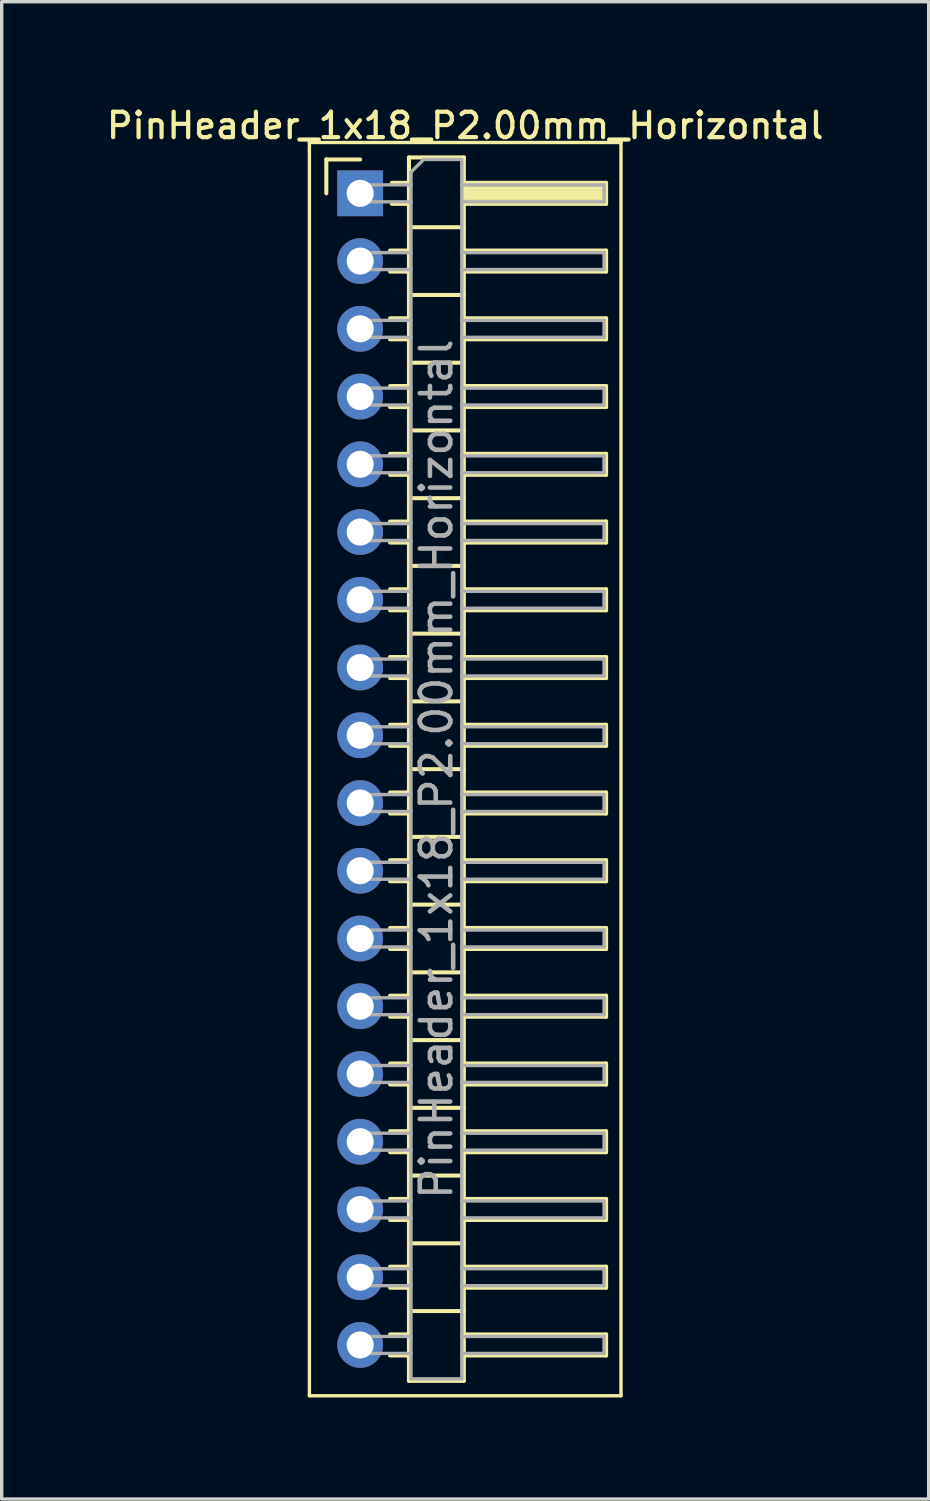
<source format=kicad_pcb>
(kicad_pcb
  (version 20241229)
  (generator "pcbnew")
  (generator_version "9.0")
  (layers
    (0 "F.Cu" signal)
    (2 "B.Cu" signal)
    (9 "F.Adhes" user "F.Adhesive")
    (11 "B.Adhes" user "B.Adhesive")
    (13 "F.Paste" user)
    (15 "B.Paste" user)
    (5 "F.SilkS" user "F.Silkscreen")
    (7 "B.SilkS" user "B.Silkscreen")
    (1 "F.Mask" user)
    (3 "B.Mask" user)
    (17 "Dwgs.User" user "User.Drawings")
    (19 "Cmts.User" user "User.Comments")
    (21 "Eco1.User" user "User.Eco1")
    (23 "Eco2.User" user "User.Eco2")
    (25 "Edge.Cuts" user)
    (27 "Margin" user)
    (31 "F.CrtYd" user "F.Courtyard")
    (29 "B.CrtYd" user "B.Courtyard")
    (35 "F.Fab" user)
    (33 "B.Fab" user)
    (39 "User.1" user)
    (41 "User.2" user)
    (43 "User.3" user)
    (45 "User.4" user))
  (footprint "PinHeader_1x18_P2.00mm_Horizontal"
    (layer "F.Cu")
    (at 7.584 2.658)
    (property "Reference" "PinHeader_1x18_P2.00mm_Horizontal" (at 3.1 -2 0) (layer "F.SilkS") (effects (font (size 0.75 0.75) (thickness 0.125))))
    (attr through_hole)
    (fp_line (start -1.5 -1.5) (end -1.5 35.5) (stroke (width 0.1) (type solid)) (layer "F.SilkS"))
    (fp_line (start -1.5 35.5) (end 7.7 35.5) (stroke (width 0.1) (type solid)) (layer "F.SilkS"))
    (fp_line (start -1 -1) (end 0 -1) (stroke (width 0.12) (type solid)) (layer "F.SilkS"))
    (fp_line (start -1 0) (end -1 -1) (stroke (width 0.12) (type solid)) (layer "F.SilkS"))
    (fp_line (start 0.882 1.69) (end 1.44 1.69) (stroke (width 0.12) (type solid)) (layer "F.SilkS"))
    (fp_line (start 0.882 2.31) (end 1.44 2.31) (stroke (width 0.12) (type solid)) (layer "F.SilkS"))
    (fp_line (start 0.882 3.69) (end 1.44 3.69) (stroke (width 0.12) (type solid)) (layer "F.SilkS"))
    (fp_line (start 0.882 4.31) (end 1.44 4.31) (stroke (width 0.12) (type solid)) (layer "F.SilkS"))
    (fp_line (start 0.882 5.69) (end 1.44 5.69) (stroke (width 0.12) (type solid)) (layer "F.SilkS"))
    (fp_line (start 0.882 6.31) (end 1.44 6.31) (stroke (width 0.12) (type solid)) (layer "F.SilkS"))
    (fp_line (start 0.882 7.69) (end 1.44 7.69) (stroke (width 0.12) (type solid)) (layer "F.SilkS"))
    (fp_line (start 0.882 8.31) (end 1.44 8.31) (stroke (width 0.12) (type solid)) (layer "F.SilkS"))
    (fp_line (start 0.882 9.69) (end 1.44 9.69) (stroke (width 0.12) (type solid)) (layer "F.SilkS"))
    (fp_line (start 0.882 10.31) (end 1.44 10.31) (stroke (width 0.12) (type solid)) (layer "F.SilkS"))
    (fp_line (start 0.882 11.69) (end 1.44 11.69) (stroke (width 0.12) (type solid)) (layer "F.SilkS"))
    (fp_line (start 0.882 12.31) (end 1.44 12.31) (stroke (width 0.12) (type solid)) (layer "F.SilkS"))
    (fp_line (start 0.882 13.69) (end 1.44 13.69) (stroke (width 0.12) (type solid)) (layer "F.SilkS"))
    (fp_line (start 0.882 14.31) (end 1.44 14.31) (stroke (width 0.12) (type solid)) (layer "F.SilkS"))
    (fp_line (start 0.882 15.69) (end 1.44 15.69) (stroke (width 0.12) (type solid)) (layer "F.SilkS"))
    (fp_line (start 0.882 16.31) (end 1.44 16.31) (stroke (width 0.12) (type solid)) (layer "F.SilkS"))
    (fp_line (start 0.882 17.69) (end 1.44 17.69) (stroke (width 0.12) (type solid)) (layer "F.SilkS"))
    (fp_line (start 0.882 18.31) (end 1.44 18.31) (stroke (width 0.12) (type solid)) (layer "F.SilkS"))
    (fp_line (start 0.882 19.69) (end 1.44 19.69) (stroke (width 0.12) (type solid)) (layer "F.SilkS"))
    (fp_line (start 0.882 20.31) (end 1.44 20.31) (stroke (width 0.12) (type solid)) (layer "F.SilkS"))
    (fp_line (start 0.882 21.69) (end 1.44 21.69) (stroke (width 0.12) (type solid)) (layer "F.SilkS"))
    (fp_line (start 0.882 22.31) (end 1.44 22.31) (stroke (width 0.12) (type solid)) (layer "F.SilkS"))
    (fp_line (start 0.882 23.69) (end 1.44 23.69) (stroke (width 0.12) (type solid)) (layer "F.SilkS"))
    (fp_line (start 0.882 24.31) (end 1.44 24.31) (stroke (width 0.12) (type solid)) (layer "F.SilkS"))
    (fp_line (start 0.882 25.69) (end 1.44 25.69) (stroke (width 0.12) (type solid)) (layer "F.SilkS"))
    (fp_line (start 0.882 26.31) (end 1.44 26.31) (stroke (width 0.12) (type solid)) (layer "F.SilkS"))
    (fp_line (start 0.882 27.69) (end 1.44 27.69) (stroke (width 0.12) (type solid)) (layer "F.SilkS"))
    (fp_line (start 0.882 28.31) (end 1.44 28.31) (stroke (width 0.12) (type solid)) (layer "F.SilkS"))
    (fp_line (start 0.882 29.69) (end 1.44 29.69) (stroke (width 0.12) (type solid)) (layer "F.SilkS"))
    (fp_line (start 0.882 30.31) (end 1.44 30.31) (stroke (width 0.12) (type solid)) (layer "F.SilkS"))
    (fp_line (start 0.882 31.69) (end 1.44 31.69) (stroke (width 0.12) (type solid)) (layer "F.SilkS"))
    (fp_line (start 0.882 32.31) (end 1.44 32.31) (stroke (width 0.12) (type solid)) (layer "F.SilkS"))
    (fp_line (start 0.882 33.69) (end 1.44 33.69) (stroke (width 0.12) (type solid)) (layer "F.SilkS"))
    (fp_line (start 0.882 34.31) (end 1.44 34.31) (stroke (width 0.12) (type solid)) (layer "F.SilkS"))
    (fp_line (start 0.935 -0.31) (end 1.44 -0.31) (stroke (width 0.12) (type solid)) (layer "F.SilkS"))
    (fp_line (start 0.935 0.31) (end 1.44 0.31) (stroke (width 0.12) (type solid)) (layer "F.SilkS"))
    (fp_line (start 1.44 -1.06) (end 1.44 35.06) (stroke (width 0.12) (type solid)) (layer "F.SilkS"))
    (fp_line (start 1.44 1) (end 3.06 1) (stroke (width 0.12) (type solid)) (layer "F.SilkS"))
    (fp_line (start 1.44 3) (end 3.06 3) (stroke (width 0.12) (type solid)) (layer "F.SilkS"))
    (fp_line (start 1.44 5) (end 3.06 5) (stroke (width 0.12) (type solid)) (layer "F.SilkS"))
    (fp_line (start 1.44 7) (end 3.06 7) (stroke (width 0.12) (type solid)) (layer "F.SilkS"))
    (fp_line (start 1.44 9) (end 3.06 9) (stroke (width 0.12) (type solid)) (layer "F.SilkS"))
    (fp_line (start 1.44 11) (end 3.06 11) (stroke (width 0.12) (type solid)) (layer "F.SilkS"))
    (fp_line (start 1.44 13) (end 3.06 13) (stroke (width 0.12) (type solid)) (layer "F.SilkS"))
    (fp_line (start 1.44 15) (end 3.06 15) (stroke (width 0.12) (type solid)) (layer "F.SilkS"))
    (fp_line (start 1.44 17) (end 3.06 17) (stroke (width 0.12) (type solid)) (layer "F.SilkS"))
    (fp_line (start 1.44 19) (end 3.06 19) (stroke (width 0.12) (type solid)) (layer "F.SilkS"))
    (fp_line (start 1.44 21) (end 3.06 21) (stroke (width 0.12) (type solid)) (layer "F.SilkS"))
    (fp_line (start 1.44 23) (end 3.06 23) (stroke (width 0.12) (type solid)) (layer "F.SilkS"))
    (fp_line (start 1.44 25) (end 3.06 25) (stroke (width 0.12) (type solid)) (layer "F.SilkS"))
    (fp_line (start 1.44 27) (end 3.06 27) (stroke (width 0.12) (type solid)) (layer "F.SilkS"))
    (fp_line (start 1.44 29) (end 3.06 29) (stroke (width 0.12) (type solid)) (layer "F.SilkS"))
    (fp_line (start 1.44 31) (end 3.06 31) (stroke (width 0.12) (type solid)) (layer "F.SilkS"))
    (fp_line (start 1.44 33) (end 3.06 33) (stroke (width 0.12) (type solid)) (layer "F.SilkS"))
    (fp_line (start 1.44 35.06) (end 3.06 35.06) (stroke (width 0.12) (type solid)) (layer "F.SilkS"))
    (fp_line (start 3.06 -1.06) (end 1.44 -1.06) (stroke (width 0.12) (type solid)) (layer "F.SilkS"))
    (fp_line (start 3.06 -0.31) (end 7.26 -0.31) (stroke (width 0.12) (type solid)) (layer "F.SilkS"))
    (fp_line (start 3.06 -0.25) (end 7.26 -0.25) (stroke (width 0.12) (type solid)) (layer "F.SilkS"))
    (fp_line (start 3.06 -0.13) (end 7.26 -0.13) (stroke (width 0.12) (type solid)) (layer "F.SilkS"))
    (fp_line (start 3.06 -0.01) (end 7.26 -0.01) (stroke (width 0.12) (type solid)) (layer "F.SilkS"))
    (fp_line (start 3.06 0.11) (end 7.26 0.11) (stroke (width 0.12) (type solid)) (layer "F.SilkS"))
    (fp_line (start 3.06 0.23) (end 7.26 0.23) (stroke (width 0.12) (type solid)) (layer "F.SilkS"))
    (fp_line (start 3.06 1.69) (end 7.26 1.69) (stroke (width 0.12) (type solid)) (layer "F.SilkS"))
    (fp_line (start 3.06 3.69) (end 7.26 3.69) (stroke (width 0.12) (type solid)) (layer "F.SilkS"))
    (fp_line (start 3.06 5.69) (end 7.26 5.69) (stroke (width 0.12) (type solid)) (layer "F.SilkS"))
    (fp_line (start 3.06 7.69) (end 7.26 7.69) (stroke (width 0.12) (type solid)) (layer "F.SilkS"))
    (fp_line (start 3.06 9.69) (end 7.26 9.69) (stroke (width 0.12) (type solid)) (layer "F.SilkS"))
    (fp_line (start 3.06 11.69) (end 7.26 11.69) (stroke (width 0.12) (type solid)) (layer "F.SilkS"))
    (fp_line (start 3.06 13.69) (end 7.26 13.69) (stroke (width 0.12) (type solid)) (layer "F.SilkS"))
    (fp_line (start 3.06 15.69) (end 7.26 15.69) (stroke (width 0.12) (type solid)) (layer "F.SilkS"))
    (fp_line (start 3.06 17.69) (end 7.26 17.69) (stroke (width 0.12) (type solid)) (layer "F.SilkS"))
    (fp_line (start 3.06 19.69) (end 7.26 19.69) (stroke (width 0.12) (type solid)) (layer "F.SilkS"))
    (fp_line (start 3.06 21.69) (end 7.26 21.69) (stroke (width 0.12) (type solid)) (layer "F.SilkS"))
    (fp_line (start 3.06 23.69) (end 7.26 23.69) (stroke (width 0.12) (type solid)) (layer "F.SilkS"))
    (fp_line (start 3.06 25.69) (end 7.26 25.69) (stroke (width 0.12) (type solid)) (layer "F.SilkS"))
    (fp_line (start 3.06 27.69) (end 7.26 27.69) (stroke (width 0.12) (type solid)) (layer "F.SilkS"))
    (fp_line (start 3.06 29.69) (end 7.26 29.69) (stroke (width 0.12) (type solid)) (layer "F.SilkS"))
    (fp_line (start 3.06 31.69) (end 7.26 31.69) (stroke (width 0.12) (type solid)) (layer "F.SilkS"))
    (fp_line (start 3.06 33.69) (end 7.26 33.69) (stroke (width 0.12) (type solid)) (layer "F.SilkS"))
    (fp_line (start 3.06 35.06) (end 3.06 -1.06) (stroke (width 0.12) (type solid)) (layer "F.SilkS"))
    (fp_line (start 7.26 -0.31) (end 7.26 0.31) (stroke (width 0.12) (type solid)) (layer "F.SilkS"))
    (fp_line (start 7.26 0.31) (end 3.06 0.31) (stroke (width 0.12) (type solid)) (layer "F.SilkS"))
    (fp_line (start 7.26 1.69) (end 7.26 2.31) (stroke (width 0.12) (type solid)) (layer "F.SilkS"))
    (fp_line (start 7.26 2.31) (end 3.06 2.31) (stroke (width 0.12) (type solid)) (layer "F.SilkS"))
    (fp_line (start 7.26 3.69) (end 7.26 4.31) (stroke (width 0.12) (type solid)) (layer "F.SilkS"))
    (fp_line (start 7.26 4.31) (end 3.06 4.31) (stroke (width 0.12) (type solid)) (layer "F.SilkS"))
    (fp_line (start 7.26 5.69) (end 7.26 6.31) (stroke (width 0.12) (type solid)) (layer "F.SilkS"))
    (fp_line (start 7.26 6.31) (end 3.06 6.31) (stroke (width 0.12) (type solid)) (layer "F.SilkS"))
    (fp_line (start 7.26 7.69) (end 7.26 8.31) (stroke (width 0.12) (type solid)) (layer "F.SilkS"))
    (fp_line (start 7.26 8.31) (end 3.06 8.31) (stroke (width 0.12) (type solid)) (layer "F.SilkS"))
    (fp_line (start 7.26 9.69) (end 7.26 10.31) (stroke (width 0.12) (type solid)) (layer "F.SilkS"))
    (fp_line (start 7.26 10.31) (end 3.06 10.31) (stroke (width 0.12) (type solid)) (layer "F.SilkS"))
    (fp_line (start 7.26 11.69) (end 7.26 12.31) (stroke (width 0.12) (type solid)) (layer "F.SilkS"))
    (fp_line (start 7.26 12.31) (end 3.06 12.31) (stroke (width 0.12) (type solid)) (layer "F.SilkS"))
    (fp_line (start 7.26 13.69) (end 7.26 14.31) (stroke (width 0.12) (type solid)) (layer "F.SilkS"))
    (fp_line (start 7.26 14.31) (end 3.06 14.31) (stroke (width 0.12) (type solid)) (layer "F.SilkS"))
    (fp_line (start 7.26 15.69) (end 7.26 16.31) (stroke (width 0.12) (type solid)) (layer "F.SilkS"))
    (fp_line (start 7.26 16.31) (end 3.06 16.31) (stroke (width 0.12) (type solid)) (layer "F.SilkS"))
    (fp_line (start 7.26 17.69) (end 7.26 18.31) (stroke (width 0.12) (type solid)) (layer "F.SilkS"))
    (fp_line (start 7.26 18.31) (end 3.06 18.31) (stroke (width 0.12) (type solid)) (layer "F.SilkS"))
    (fp_line (start 7.26 19.69) (end 7.26 20.31) (stroke (width 0.12) (type solid)) (layer "F.SilkS"))
    (fp_line (start 7.26 20.31) (end 3.06 20.31) (stroke (width 0.12) (type solid)) (layer "F.SilkS"))
    (fp_line (start 7.26 21.69) (end 7.26 22.31) (stroke (width 0.12) (type solid)) (layer "F.SilkS"))
    (fp_line (start 7.26 22.31) (end 3.06 22.31) (stroke (width 0.12) (type solid)) (layer "F.SilkS"))
    (fp_line (start 7.26 23.69) (end 7.26 24.31) (stroke (width 0.12) (type solid)) (layer "F.SilkS"))
    (fp_line (start 7.26 24.31) (end 3.06 24.31) (stroke (width 0.12) (type solid)) (layer "F.SilkS"))
    (fp_line (start 7.26 25.69) (end 7.26 26.31) (stroke (width 0.12) (type solid)) (layer "F.SilkS"))
    (fp_line (start 7.26 26.31) (end 3.06 26.31) (stroke (width 0.12) (type solid)) (layer "F.SilkS"))
    (fp_line (start 7.26 27.69) (end 7.26 28.31) (stroke (width 0.12) (type solid)) (layer "F.SilkS"))
    (fp_line (start 7.26 28.31) (end 3.06 28.31) (stroke (width 0.12) (type solid)) (layer "F.SilkS"))
    (fp_line (start 7.26 29.69) (end 7.26 30.31) (stroke (width 0.12) (type solid)) (layer "F.SilkS"))
    (fp_line (start 7.26 30.31) (end 3.06 30.31) (stroke (width 0.12) (type solid)) (layer "F.SilkS"))
    (fp_line (start 7.26 31.69) (end 7.26 32.31) (stroke (width 0.12) (type solid)) (layer "F.SilkS"))
    (fp_line (start 7.26 32.31) (end 3.06 32.31) (stroke (width 0.12) (type solid)) (layer "F.SilkS"))
    (fp_line (start 7.26 33.69) (end 7.26 34.31) (stroke (width 0.12) (type solid)) (layer "F.SilkS"))
    (fp_line (start 7.26 34.31) (end 3.06 34.31) (stroke (width 0.12) (type solid)) (layer "F.SilkS"))
    (fp_line (start 7.7 -1.5) (end -1.5 -1.5) (stroke (width 0.1) (type solid)) (layer "F.SilkS"))
    (fp_line (start 7.7 35.5) (end 7.7 -1.5) (stroke (width 0.1) (type solid)) (layer "F.SilkS"))
    (fp_line (start -0.25 -0.25) (end -0.25 0.25) (stroke (width 0.1) (type solid)) (layer "F.Fab"))
    (fp_line (start -0.25 -0.25) (end 1.5 -0.25) (stroke (width 0.1) (type solid)) (layer "F.Fab"))
    (fp_line (start -0.25 0.25) (end 1.5 0.25) (stroke (width 0.1) (type solid)) (layer "F.Fab"))
    (fp_line (start -0.25 1.75) (end -0.25 2.25) (stroke (width 0.1) (type solid)) (layer "F.Fab"))
    (fp_line (start -0.25 1.75) (end 1.5 1.75) (stroke (width 0.1) (type solid)) (layer "F.Fab"))
    (fp_line (start -0.25 2.25) (end 1.5 2.25) (stroke (width 0.1) (type solid)) (layer "F.Fab"))
    (fp_line (start -0.25 3.75) (end -0.25 4.25) (stroke (width 0.1) (type solid)) (layer "F.Fab"))
    (fp_line (start -0.25 3.75) (end 1.5 3.75) (stroke (width 0.1) (type solid)) (layer "F.Fab"))
    (fp_line (start -0.25 4.25) (end 1.5 4.25) (stroke (width 0.1) (type solid)) (layer "F.Fab"))
    (fp_line (start -0.25 5.75) (end -0.25 6.25) (stroke (width 0.1) (type solid)) (layer "F.Fab"))
    (fp_line (start -0.25 5.75) (end 1.5 5.75) (stroke (width 0.1) (type solid)) (layer "F.Fab"))
    (fp_line (start -0.25 6.25) (end 1.5 6.25) (stroke (width 0.1) (type solid)) (layer "F.Fab"))
    (fp_line (start -0.25 7.75) (end -0.25 8.25) (stroke (width 0.1) (type solid)) (layer "F.Fab"))
    (fp_line (start -0.25 7.75) (end 1.5 7.75) (stroke (width 0.1) (type solid)) (layer "F.Fab"))
    (fp_line (start -0.25 8.25) (end 1.5 8.25) (stroke (width 0.1) (type solid)) (layer "F.Fab"))
    (fp_line (start -0.25 9.75) (end -0.25 10.25) (stroke (width 0.1) (type solid)) (layer "F.Fab"))
    (fp_line (start -0.25 9.75) (end 1.5 9.75) (stroke (width 0.1) (type solid)) (layer "F.Fab"))
    (fp_line (start -0.25 10.25) (end 1.5 10.25) (stroke (width 0.1) (type solid)) (layer "F.Fab"))
    (fp_line (start -0.25 11.75) (end -0.25 12.25) (stroke (width 0.1) (type solid)) (layer "F.Fab"))
    (fp_line (start -0.25 11.75) (end 1.5 11.75) (stroke (width 0.1) (type solid)) (layer "F.Fab"))
    (fp_line (start -0.25 12.25) (end 1.5 12.25) (stroke (width 0.1) (type solid)) (layer "F.Fab"))
    (fp_line (start -0.25 13.75) (end -0.25 14.25) (stroke (width 0.1) (type solid)) (layer "F.Fab"))
    (fp_line (start -0.25 13.75) (end 1.5 13.75) (stroke (width 0.1) (type solid)) (layer "F.Fab"))
    (fp_line (start -0.25 14.25) (end 1.5 14.25) (stroke (width 0.1) (type solid)) (layer "F.Fab"))
    (fp_line (start -0.25 15.75) (end -0.25 16.25) (stroke (width 0.1) (type solid)) (layer "F.Fab"))
    (fp_line (start -0.25 15.75) (end 1.5 15.75) (stroke (width 0.1) (type solid)) (layer "F.Fab"))
    (fp_line (start -0.25 16.25) (end 1.5 16.25) (stroke (width 0.1) (type solid)) (layer "F.Fab"))
    (fp_line (start -0.25 17.75) (end -0.25 18.25) (stroke (width 0.1) (type solid)) (layer "F.Fab"))
    (fp_line (start -0.25 17.75) (end 1.5 17.75) (stroke (width 0.1) (type solid)) (layer "F.Fab"))
    (fp_line (start -0.25 18.25) (end 1.5 18.25) (stroke (width 0.1) (type solid)) (layer "F.Fab"))
    (fp_line (start -0.25 19.75) (end -0.25 20.25) (stroke (width 0.1) (type solid)) (layer "F.Fab"))
    (fp_line (start -0.25 19.75) (end 1.5 19.75) (stroke (width 0.1) (type solid)) (layer "F.Fab"))
    (fp_line (start -0.25 20.25) (end 1.5 20.25) (stroke (width 0.1) (type solid)) (layer "F.Fab"))
    (fp_line (start -0.25 21.75) (end -0.25 22.25) (stroke (width 0.1) (type solid)) (layer "F.Fab"))
    (fp_line (start -0.25 21.75) (end 1.5 21.75) (stroke (width 0.1) (type solid)) (layer "F.Fab"))
    (fp_line (start -0.25 22.25) (end 1.5 22.25) (stroke (width 0.1) (type solid)) (layer "F.Fab"))
    (fp_line (start -0.25 23.75) (end -0.25 24.25) (stroke (width 0.1) (type solid)) (layer "F.Fab"))
    (fp_line (start -0.25 23.75) (end 1.5 23.75) (stroke (width 0.1) (type solid)) (layer "F.Fab"))
    (fp_line (start -0.25 24.25) (end 1.5 24.25) (stroke (width 0.1) (type solid)) (layer "F.Fab"))
    (fp_line (start -0.25 25.75) (end -0.25 26.25) (stroke (width 0.1) (type solid)) (layer "F.Fab"))
    (fp_line (start -0.25 25.75) (end 1.5 25.75) (stroke (width 0.1) (type solid)) (layer "F.Fab"))
    (fp_line (start -0.25 26.25) (end 1.5 26.25) (stroke (width 0.1) (type solid)) (layer "F.Fab"))
    (fp_line (start -0.25 27.75) (end -0.25 28.25) (stroke (width 0.1) (type solid)) (layer "F.Fab"))
    (fp_line (start -0.25 27.75) (end 1.5 27.75) (stroke (width 0.1) (type solid)) (layer "F.Fab"))
    (fp_line (start -0.25 28.25) (end 1.5 28.25) (stroke (width 0.1) (type solid)) (layer "F.Fab"))
    (fp_line (start -0.25 29.75) (end -0.25 30.25) (stroke (width 0.1) (type solid)) (layer "F.Fab"))
    (fp_line (start -0.25 29.75) (end 1.5 29.75) (stroke (width 0.1) (type solid)) (layer "F.Fab"))
    (fp_line (start -0.25 30.25) (end 1.5 30.25) (stroke (width 0.1) (type solid)) (layer "F.Fab"))
    (fp_line (start -0.25 31.75) (end -0.25 32.25) (stroke (width 0.1) (type solid)) (layer "F.Fab"))
    (fp_line (start -0.25 31.75) (end 1.5 31.75) (stroke (width 0.1) (type solid)) (layer "F.Fab"))
    (fp_line (start -0.25 32.25) (end 1.5 32.25) (stroke (width 0.1) (type solid)) (layer "F.Fab"))
    (fp_line (start -0.25 33.75) (end -0.25 34.25) (stroke (width 0.1) (type solid)) (layer "F.Fab"))
    (fp_line (start -0.25 33.75) (end 1.5 33.75) (stroke (width 0.1) (type solid)) (layer "F.Fab"))
    (fp_line (start -0.25 34.25) (end 1.5 34.25) (stroke (width 0.1) (type solid)) (layer "F.Fab"))
    (fp_line (start 1.5 -0.625) (end 1.875 -1) (stroke (width 0.1) (type solid)) (layer "F.Fab"))
    (fp_line (start 1.5 35) (end 1.5 -0.625) (stroke (width 0.1) (type solid)) (layer "F.Fab"))
    (fp_line (start 1.875 -1) (end 3 -1) (stroke (width 0.1) (type solid)) (layer "F.Fab"))
    (fp_line (start 3 -1) (end 3 35) (stroke (width 0.1) (type solid)) (layer "F.Fab"))
    (fp_line (start 3 -0.25) (end 7.2 -0.25) (stroke (width 0.1) (type solid)) (layer "F.Fab"))
    (fp_line (start 3 0.25) (end 7.2 0.25) (stroke (width 0.1) (type solid)) (layer "F.Fab"))
    (fp_line (start 3 1.75) (end 7.2 1.75) (stroke (width 0.1) (type solid)) (layer "F.Fab"))
    (fp_line (start 3 2.25) (end 7.2 2.25) (stroke (width 0.1) (type solid)) (layer "F.Fab"))
    (fp_line (start 3 3.75) (end 7.2 3.75) (stroke (width 0.1) (type solid)) (layer "F.Fab"))
    (fp_line (start 3 4.25) (end 7.2 4.25) (stroke (width 0.1) (type solid)) (layer "F.Fab"))
    (fp_line (start 3 5.75) (end 7.2 5.75) (stroke (width 0.1) (type solid)) (layer "F.Fab"))
    (fp_line (start 3 6.25) (end 7.2 6.25) (stroke (width 0.1) (type solid)) (layer "F.Fab"))
    (fp_line (start 3 7.75) (end 7.2 7.75) (stroke (width 0.1) (type solid)) (layer "F.Fab"))
    (fp_line (start 3 8.25) (end 7.2 8.25) (stroke (width 0.1) (type solid)) (layer "F.Fab"))
    (fp_line (start 3 9.75) (end 7.2 9.75) (stroke (width 0.1) (type solid)) (layer "F.Fab"))
    (fp_line (start 3 10.25) (end 7.2 10.25) (stroke (width 0.1) (type solid)) (layer "F.Fab"))
    (fp_line (start 3 11.75) (end 7.2 11.75) (stroke (width 0.1) (type solid)) (layer "F.Fab"))
    (fp_line (start 3 12.25) (end 7.2 12.25) (stroke (width 0.1) (type solid)) (layer "F.Fab"))
    (fp_line (start 3 13.75) (end 7.2 13.75) (stroke (width 0.1) (type solid)) (layer "F.Fab"))
    (fp_line (start 3 14.25) (end 7.2 14.25) (stroke (width 0.1) (type solid)) (layer "F.Fab"))
    (fp_line (start 3 15.75) (end 7.2 15.75) (stroke (width 0.1) (type solid)) (layer "F.Fab"))
    (fp_line (start 3 16.25) (end 7.2 16.25) (stroke (width 0.1) (type solid)) (layer "F.Fab"))
    (fp_line (start 3 17.75) (end 7.2 17.75) (stroke (width 0.1) (type solid)) (layer "F.Fab"))
    (fp_line (start 3 18.25) (end 7.2 18.25) (stroke (width 0.1) (type solid)) (layer "F.Fab"))
    (fp_line (start 3 19.75) (end 7.2 19.75) (stroke (width 0.1) (type solid)) (layer "F.Fab"))
    (fp_line (start 3 20.25) (end 7.2 20.25) (stroke (width 0.1) (type solid)) (layer "F.Fab"))
    (fp_line (start 3 21.75) (end 7.2 21.75) (stroke (width 0.1) (type solid)) (layer "F.Fab"))
    (fp_line (start 3 22.25) (end 7.2 22.25) (stroke (width 0.1) (type solid)) (layer "F.Fab"))
    (fp_line (start 3 23.75) (end 7.2 23.75) (stroke (width 0.1) (type solid)) (layer "F.Fab"))
    (fp_line (start 3 24.25) (end 7.2 24.25) (stroke (width 0.1) (type solid)) (layer "F.Fab"))
    (fp_line (start 3 25.75) (end 7.2 25.75) (stroke (width 0.1) (type solid)) (layer "F.Fab"))
    (fp_line (start 3 26.25) (end 7.2 26.25) (stroke (width 0.1) (type solid)) (layer "F.Fab"))
    (fp_line (start 3 27.75) (end 7.2 27.75) (stroke (width 0.1) (type solid)) (layer "F.Fab"))
    (fp_line (start 3 28.25) (end 7.2 28.25) (stroke (width 0.1) (type solid)) (layer "F.Fab"))
    (fp_line (start 3 29.75) (end 7.2 29.75) (stroke (width 0.1) (type solid)) (layer "F.Fab"))
    (fp_line (start 3 30.25) (end 7.2 30.25) (stroke (width 0.1) (type solid)) (layer "F.Fab"))
    (fp_line (start 3 31.75) (end 7.2 31.75) (stroke (width 0.1) (type solid)) (layer "F.Fab"))
    (fp_line (start 3 32.25) (end 7.2 32.25) (stroke (width 0.1) (type solid)) (layer "F.Fab"))
    (fp_line (start 3 33.75) (end 7.2 33.75) (stroke (width 0.1) (type solid)) (layer "F.Fab"))
    (fp_line (start 3 34.25) (end 7.2 34.25) (stroke (width 0.1) (type solid)) (layer "F.Fab"))
    (fp_line (start 3 35) (end 1.5 35) (stroke (width 0.1) (type solid)) (layer "F.Fab"))
    (fp_line (start 7.2 -0.25) (end 7.2 0.25) (stroke (width 0.1) (type solid)) (layer "F.Fab"))
    (fp_line (start 7.2 1.75) (end 7.2 2.25) (stroke (width 0.1) (type solid)) (layer "F.Fab"))
    (fp_line (start 7.2 3.75) (end 7.2 4.25) (stroke (width 0.1) (type solid)) (layer "F.Fab"))
    (fp_line (start 7.2 5.75) (end 7.2 6.25) (stroke (width 0.1) (type solid)) (layer "F.Fab"))
    (fp_line (start 7.2 7.75) (end 7.2 8.25) (stroke (width 0.1) (type solid)) (layer "F.Fab"))
    (fp_line (start 7.2 9.75) (end 7.2 10.25) (stroke (width 0.1) (type solid)) (layer "F.Fab"))
    (fp_line (start 7.2 11.75) (end 7.2 12.25) (stroke (width 0.1) (type solid)) (layer "F.Fab"))
    (fp_line (start 7.2 13.75) (end 7.2 14.25) (stroke (width 0.1) (type solid)) (layer "F.Fab"))
    (fp_line (start 7.2 15.75) (end 7.2 16.25) (stroke (width 0.1) (type solid)) (layer "F.Fab"))
    (fp_line (start 7.2 17.75) (end 7.2 18.25) (stroke (width 0.1) (type solid)) (layer "F.Fab"))
    (fp_line (start 7.2 19.75) (end 7.2 20.25) (stroke (width 0.1) (type solid)) (layer "F.Fab"))
    (fp_line (start 7.2 21.75) (end 7.2 22.25) (stroke (width 0.1) (type solid)) (layer "F.Fab"))
    (fp_line (start 7.2 23.75) (end 7.2 24.25) (stroke (width 0.1) (type solid)) (layer "F.Fab"))
    (fp_line (start 7.2 25.75) (end 7.2 26.25) (stroke (width 0.1) (type solid)) (layer "F.Fab"))
    (fp_line (start 7.2 27.75) (end 7.2 28.25) (stroke (width 0.1) (type solid)) (layer "F.Fab"))
    (fp_line (start 7.2 29.75) (end 7.2 30.25) (stroke (width 0.1) (type solid)) (layer "F.Fab"))
    (fp_line (start 7.2 31.75) (end 7.2 32.25) (stroke (width 0.1) (type solid)) (layer "F.Fab"))
    (fp_line (start 7.2 33.75) (end 7.2 34.25) (stroke (width 0.1) (type solid)) (layer "F.Fab"))
    (fp_text user "${REFERENCE}" (at 2.25 17 90) (layer "F.Fab") (effects (font (size 0.9 0.9) (thickness 0.135))))
    (pad "1" thru_hole rect (at 0 0) (size 1.35 1.35) (drill 0.8) (layers "*.Cu" "*.Mask"))
    (pad "2" thru_hole oval (at 0 2) (size 1.35 1.35) (drill 0.8) (layers "*.Cu" "*.Mask"))
    (pad "3" thru_hole oval (at 0 4) (size 1.35 1.35) (drill 0.8) (layers "*.Cu" "*.Mask"))
    (pad "4" thru_hole oval (at 0 6) (size 1.35 1.35) (drill 0.8) (layers "*.Cu" "*.Mask"))
    (pad "5" thru_hole oval (at 0 8) (size 1.35 1.35) (drill 0.8) (layers "*.Cu" "*.Mask"))
    (pad "6" thru_hole oval (at 0 10) (size 1.35 1.35) (drill 0.8) (layers "*.Cu" "*.Mask"))
    (pad "7" thru_hole oval (at 0 12) (size 1.35 1.35) (drill 0.8) (layers "*.Cu" "*.Mask"))
    (pad "8" thru_hole oval (at 0 14) (size 1.35 1.35) (drill 0.8) (layers "*.Cu" "*.Mask"))
    (pad "9" thru_hole oval (at 0 16) (size 1.35 1.35) (drill 0.8) (layers "*.Cu" "*.Mask"))
    (pad "10" thru_hole oval (at 0 18) (size 1.35 1.35) (drill 0.8) (layers "*.Cu" "*.Mask"))
    (pad "11" thru_hole oval (at 0 20) (size 1.35 1.35) (drill 0.8) (layers "*.Cu" "*.Mask"))
    (pad "12" thru_hole oval (at 0 22) (size 1.35 1.35) (drill 0.8) (layers "*.Cu" "*.Mask"))
    (pad "13" thru_hole oval (at 0 24) (size 1.35 1.35) (drill 0.8) (layers "*.Cu" "*.Mask"))
    (pad "14" thru_hole oval (at 0 26) (size 1.35 1.35) (drill 0.8) (layers "*.Cu" "*.Mask"))
    (pad "15" thru_hole oval (at 0 28) (size 1.35 1.35) (drill 0.8) (layers "*.Cu" "*.Mask"))
    (pad "16" thru_hole oval (at 0 30) (size 1.35 1.35) (drill 0.8) (layers "*.Cu" "*.Mask"))
    (pad "17" thru_hole oval (at 0 32) (size 1.35 1.35) (drill 0.8) (layers "*.Cu" "*.Mask"))
    (pad "18" thru_hole oval (at 0 34) (size 1.35 1.35) (drill 0.8) (layers "*.Cu" "*.Mask")))
  (gr_rect
    (start -3 -3)
    (end 24.368 41.208)
    (stroke (width 0.1) (type default))
    (fill no)
    (layer "Edge.Cuts")))
</source>
